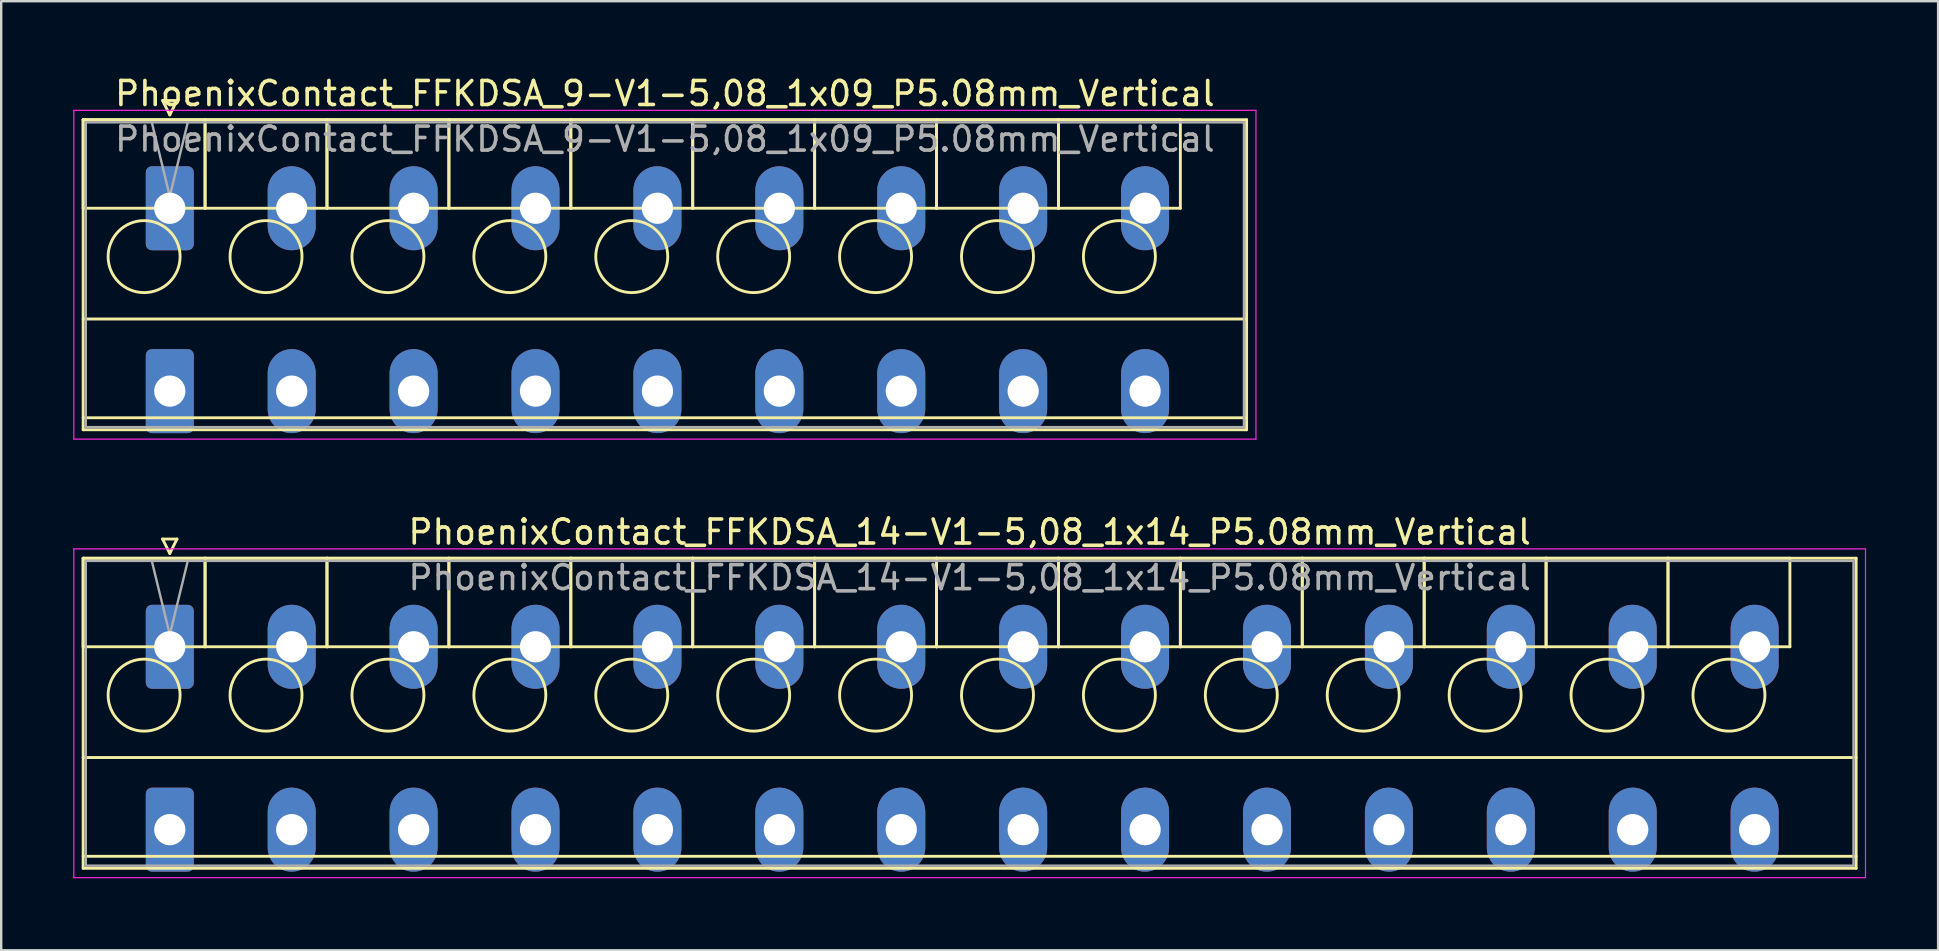
<source format=kicad_pcb>
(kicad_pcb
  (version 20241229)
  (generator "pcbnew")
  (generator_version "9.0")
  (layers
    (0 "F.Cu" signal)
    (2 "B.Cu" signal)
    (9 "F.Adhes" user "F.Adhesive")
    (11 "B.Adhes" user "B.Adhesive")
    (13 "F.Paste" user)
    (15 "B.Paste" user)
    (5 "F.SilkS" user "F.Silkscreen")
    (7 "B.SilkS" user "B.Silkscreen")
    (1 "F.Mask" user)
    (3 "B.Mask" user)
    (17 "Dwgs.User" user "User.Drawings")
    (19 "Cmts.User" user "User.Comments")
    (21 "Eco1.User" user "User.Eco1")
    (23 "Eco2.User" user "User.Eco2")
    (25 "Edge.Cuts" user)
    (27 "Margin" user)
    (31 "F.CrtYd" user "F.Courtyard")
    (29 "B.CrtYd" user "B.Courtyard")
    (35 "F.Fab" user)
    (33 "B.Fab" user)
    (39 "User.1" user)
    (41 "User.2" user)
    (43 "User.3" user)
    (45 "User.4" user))
  (footprint "PhoenixContact_FFKDSA_9-V1-5,08_1x09_P5.08mm_Vertical"
    (layer "F.Cu")
    (at 4.025 5.628)
    (property "Reference" "PhoenixContact_FFKDSA_9-V1-5,08_1x09_P5.08mm_Vertical" (at 20.63 -4.78 0) (layer "F.SilkS") (effects (font (size 1 1) (thickness 0.15))))
    (attr through_hole)
    (fp_line (start -3.61 -3.69) (end -3.61 0) (stroke (width 0.12) (type solid)) (layer "F.SilkS"))
    (fp_line (start -3.61 -3.69) (end -3.61 9.23) (stroke (width 0.12) (type solid)) (layer "F.SilkS"))
    (fp_line (start -3.61 0) (end 1.47 0) (stroke (width 0.12) (type solid)) (layer "F.SilkS"))
    (fp_line (start -3.61 4.615) (end 44.87 4.615) (stroke (width 0.12) (type solid)) (layer "F.SilkS"))
    (fp_line (start -3.61 8.73) (end 44.87 8.73) (stroke (width 0.12) (type solid)) (layer "F.SilkS"))
    (fp_line (start -3.61 9.23) (end 44.87 9.23) (stroke (width 0.12) (type solid)) (layer "F.SilkS"))
    (fp_line (start -0.3 -4.49) (end 0.3 -4.49) (stroke (width 0.12) (type solid)) (layer "F.SilkS"))
    (fp_line (start 0 -3.89) (end -0.3 -4.49) (stroke (width 0.12) (type solid)) (layer "F.SilkS"))
    (fp_line (start 0.3 -4.49) (end 0 -3.89) (stroke (width 0.12) (type solid)) (layer "F.SilkS"))
    (fp_line (start 1.47 -3.69) (end -3.61 -3.69) (stroke (width 0.12) (type solid)) (layer "F.SilkS"))
    (fp_line (start 1.47 -3.69) (end 1.47 0) (stroke (width 0.12) (type solid)) (layer "F.SilkS"))
    (fp_line (start 1.47 0) (end 1.47 -3.69) (stroke (width 0.12) (type solid)) (layer "F.SilkS"))
    (fp_line (start 1.47 0) (end 6.55 0) (stroke (width 0.12) (type solid)) (layer "F.SilkS"))
    (fp_line (start 6.55 -3.69) (end 1.47 -3.69) (stroke (width 0.12) (type solid)) (layer "F.SilkS"))
    (fp_line (start 6.55 -3.69) (end 6.55 0) (stroke (width 0.12) (type solid)) (layer "F.SilkS"))
    (fp_line (start 6.55 0) (end 6.55 -3.69) (stroke (width 0.12) (type solid)) (layer "F.SilkS"))
    (fp_line (start 6.55 0) (end 11.63 0) (stroke (width 0.12) (type solid)) (layer "F.SilkS"))
    (fp_line (start 11.63 -3.69) (end 6.55 -3.69) (stroke (width 0.12) (type solid)) (layer "F.SilkS"))
    (fp_line (start 11.63 -3.69) (end 11.63 0) (stroke (width 0.12) (type solid)) (layer "F.SilkS"))
    (fp_line (start 11.63 0) (end 11.63 -3.69) (stroke (width 0.12) (type solid)) (layer "F.SilkS"))
    (fp_line (start 11.63 0) (end 16.71 0) (stroke (width 0.12) (type solid)) (layer "F.SilkS"))
    (fp_line (start 16.71 -3.69) (end 11.63 -3.69) (stroke (width 0.12) (type solid)) (layer "F.SilkS"))
    (fp_line (start 16.71 -3.69) (end 16.71 0) (stroke (width 0.12) (type solid)) (layer "F.SilkS"))
    (fp_line (start 16.71 0) (end 16.71 -3.69) (stroke (width 0.12) (type solid)) (layer "F.SilkS"))
    (fp_line (start 16.71 0) (end 21.79 0) (stroke (width 0.12) (type solid)) (layer "F.SilkS"))
    (fp_line (start 21.79 -3.69) (end 16.71 -3.69) (stroke (width 0.12) (type solid)) (layer "F.SilkS"))
    (fp_line (start 21.79 -3.69) (end 21.79 0) (stroke (width 0.12) (type solid)) (layer "F.SilkS"))
    (fp_line (start 21.79 0) (end 21.79 -3.69) (stroke (width 0.12) (type solid)) (layer "F.SilkS"))
    (fp_line (start 21.79 0) (end 26.87 0) (stroke (width 0.12) (type solid)) (layer "F.SilkS"))
    (fp_line (start 26.87 -3.69) (end 21.79 -3.69) (stroke (width 0.12) (type solid)) (layer "F.SilkS"))
    (fp_line (start 26.87 -3.69) (end 26.87 0) (stroke (width 0.12) (type solid)) (layer "F.SilkS"))
    (fp_line (start 26.87 0) (end 26.87 -3.69) (stroke (width 0.12) (type solid)) (layer "F.SilkS"))
    (fp_line (start 26.87 0) (end 31.95 0) (stroke (width 0.12) (type solid)) (layer "F.SilkS"))
    (fp_line (start 31.95 -3.69) (end 26.87 -3.69) (stroke (width 0.12) (type solid)) (layer "F.SilkS"))
    (fp_line (start 31.95 -3.69) (end 31.95 0) (stroke (width 0.12) (type solid)) (layer "F.SilkS"))
    (fp_line (start 31.95 0) (end 31.95 -3.69) (stroke (width 0.12) (type solid)) (layer "F.SilkS"))
    (fp_line (start 31.95 0) (end 37.03 0) (stroke (width 0.12) (type solid)) (layer "F.SilkS"))
    (fp_line (start 37.03 -3.69) (end 31.95 -3.69) (stroke (width 0.12) (type solid)) (layer "F.SilkS"))
    (fp_line (start 37.03 -3.69) (end 37.03 0) (stroke (width 0.12) (type solid)) (layer "F.SilkS"))
    (fp_line (start 37.03 0) (end 37.03 -3.69) (stroke (width 0.12) (type solid)) (layer "F.SilkS"))
    (fp_line (start 37.03 0) (end 42.11 0) (stroke (width 0.12) (type solid)) (layer "F.SilkS"))
    (fp_line (start 42.11 -3.69) (end 37.03 -3.69) (stroke (width 0.12) (type solid)) (layer "F.SilkS"))
    (fp_line (start 42.11 0) (end 42.11 -3.69) (stroke (width 0.12) (type solid)) (layer "F.SilkS"))
    (fp_line (start 44.87 -3.69) (end -3.61 -3.69) (stroke (width 0.12) (type solid)) (layer "F.SilkS"))
    (fp_line (start 44.87 9.23) (end 44.87 -3.69) (stroke (width 0.12) (type solid)) (layer "F.SilkS"))
    (fp_circle (center -1.07 2.015) (end 0.43 2.015) (stroke (width 0.12) (type solid)) (fill no) (layer "F.SilkS"))
    (fp_circle (center 4.01 2.015) (end 5.51 2.015) (stroke (width 0.12) (type solid)) (fill no) (layer "F.SilkS"))
    (fp_circle (center 9.09 2.015) (end 10.59 2.015) (stroke (width 0.12) (type solid)) (fill no) (layer "F.SilkS"))
    (fp_circle (center 14.17 2.015) (end 15.67 2.015) (stroke (width 0.12) (type solid)) (fill no) (layer "F.SilkS"))
    (fp_circle (center 19.25 2.015) (end 20.75 2.015) (stroke (width 0.12) (type solid)) (fill no) (layer "F.SilkS"))
    (fp_circle (center 24.33 2.015) (end 25.83 2.015) (stroke (width 0.12) (type solid)) (fill no) (layer "F.SilkS"))
    (fp_circle (center 29.41 2.015) (end 30.91 2.015) (stroke (width 0.12) (type solid)) (fill no) (layer "F.SilkS"))
    (fp_circle (center 34.49 2.015) (end 35.99 2.015) (stroke (width 0.12) (type solid)) (fill no) (layer "F.SilkS"))
    (fp_circle (center 39.57 2.015) (end 41.07 2.015) (stroke (width 0.12) (type solid)) (fill no) (layer "F.SilkS"))
    (fp_line (start -4 -4.08) (end -4 9.62) (stroke (width 0.05) (type solid)) (layer "F.CrtYd"))
    (fp_line (start -4 9.62) (end 45.26 9.62) (stroke (width 0.05) (type solid)) (layer "F.CrtYd"))
    (fp_line (start 45.26 -4.08) (end -4 -4.08) (stroke (width 0.05) (type solid)) (layer "F.CrtYd"))
    (fp_line (start 45.26 9.62) (end 45.26 -4.08) (stroke (width 0.05) (type solid)) (layer "F.CrtYd"))
    (fp_line (start -3.5 -3.58) (end -3.5 9.12) (stroke (width 0.1) (type solid)) (layer "F.Fab"))
    (fp_line (start -3.5 9.12) (end 44.76 9.12) (stroke (width 0.1) (type solid)) (layer "F.Fab"))
    (fp_line (start 0 -0.5) (end -0.75 -3.58) (stroke (width 0.1) (type solid)) (layer "F.Fab"))
    (fp_line (start 0.75 -3.58) (end 0 -0.5) (stroke (width 0.1) (type solid)) (layer "F.Fab"))
    (fp_line (start 44.76 -3.58) (end -3.5 -3.58) (stroke (width 0.1) (type solid)) (layer "F.Fab"))
    (fp_line (start 44.76 9.12) (end 44.76 -3.58) (stroke (width 0.1) (type solid)) (layer "F.Fab"))
    (fp_text user "${REFERENCE}" (at 20.63 -2.88 0) (layer "F.Fab") (effects (font (size 1 1) (thickness 0.15))))
    (pad "1" thru_hole roundrect (at 0 0) (size 2 3.5) (drill 1.3) (layers "*.Cu" "*.Mask") (roundrect_rratio 0.125))
    (pad "1" thru_hole roundrect (at 0 7.62) (size 2 3.5) (drill 1.3) (layers "*.Cu" "*.Mask") (roundrect_rratio 0.125))
    (pad "2" thru_hole oval (at 5.08 0) (size 2 3.5) (drill 1.3) (layers "*.Cu" "*.Mask"))
    (pad "2" thru_hole oval (at 5.08 7.62) (size 2 3.5) (drill 1.3) (layers "*.Cu" "*.Mask"))
    (pad "3" thru_hole oval (at 10.16 0) (size 2 3.5) (drill 1.3) (layers "*.Cu" "*.Mask"))
    (pad "3" thru_hole oval (at 10.16 7.62) (size 2 3.5) (drill 1.3) (layers "*.Cu" "*.Mask"))
    (pad "4" thru_hole oval (at 15.24 0) (size 2 3.5) (drill 1.3) (layers "*.Cu" "*.Mask"))
    (pad "4" thru_hole oval (at 15.24 7.62) (size 2 3.5) (drill 1.3) (layers "*.Cu" "*.Mask"))
    (pad "5" thru_hole oval (at 20.32 0) (size 2 3.5) (drill 1.3) (layers "*.Cu" "*.Mask"))
    (pad "5" thru_hole oval (at 20.32 7.62) (size 2 3.5) (drill 1.3) (layers "*.Cu" "*.Mask"))
    (pad "6" thru_hole oval (at 25.4 0) (size 2 3.5) (drill 1.3) (layers "*.Cu" "*.Mask"))
    (pad "6" thru_hole oval (at 25.4 7.62) (size 2 3.5) (drill 1.3) (layers "*.Cu" "*.Mask"))
    (pad "7" thru_hole oval (at 30.48 0) (size 2 3.5) (drill 1.3) (layers "*.Cu" "*.Mask"))
    (pad "7" thru_hole oval (at 30.48 7.62) (size 2 3.5) (drill 1.3) (layers "*.Cu" "*.Mask"))
    (pad "8" thru_hole oval (at 35.56 0) (size 2 3.5) (drill 1.3) (layers "*.Cu" "*.Mask"))
    (pad "8" thru_hole oval (at 35.56 7.62) (size 2 3.5) (drill 1.3) (layers "*.Cu" "*.Mask"))
    (pad "9" thru_hole oval (at 40.64 0) (size 2 3.5) (drill 1.3) (layers "*.Cu" "*.Mask"))
    (pad "9" thru_hole oval (at 40.64 7.62) (size 2 3.5) (drill 1.3) (layers "*.Cu" "*.Mask")))
  (footprint "PhoenixContact_FFKDSA_14-V1-5,08_1x14_P5.08mm_Vertical"
    (layer "F.Cu")
    (at 4.025 23.901)
    (property "Reference" "PhoenixContact_FFKDSA_14-V1-5,08_1x14_P5.08mm_Vertical" (at 33.33 -4.78 0) (layer "F.SilkS") (effects (font (size 1 1) (thickness 0.15))))
    (attr through_hole)
    (fp_line (start -3.61 -3.69) (end -3.61 0) (stroke (width 0.12) (type solid)) (layer "F.SilkS"))
    (fp_line (start -3.61 -3.69) (end -3.61 9.23) (stroke (width 0.12) (type solid)) (layer "F.SilkS"))
    (fp_line (start -3.61 0) (end 1.47 0) (stroke (width 0.12) (type solid)) (layer "F.SilkS"))
    (fp_line (start -3.61 4.615) (end 70.27 4.615) (stroke (width 0.12) (type solid)) (layer "F.SilkS"))
    (fp_line (start -3.61 8.73) (end 70.27 8.73) (stroke (width 0.12) (type solid)) (layer "F.SilkS"))
    (fp_line (start -3.61 9.23) (end 70.27 9.23) (stroke (width 0.12) (type solid)) (layer "F.SilkS"))
    (fp_line (start -0.3 -4.49) (end 0.3 -4.49) (stroke (width 0.12) (type solid)) (layer "F.SilkS"))
    (fp_line (start 0 -3.89) (end -0.3 -4.49) (stroke (width 0.12) (type solid)) (layer "F.SilkS"))
    (fp_line (start 0.3 -4.49) (end 0 -3.89) (stroke (width 0.12) (type solid)) (layer "F.SilkS"))
    (fp_line (start 1.47 -3.69) (end -3.61 -3.69) (stroke (width 0.12) (type solid)) (layer "F.SilkS"))
    (fp_line (start 1.47 -3.69) (end 1.47 0) (stroke (width 0.12) (type solid)) (layer "F.SilkS"))
    (fp_line (start 1.47 0) (end 1.47 -3.69) (stroke (width 0.12) (type solid)) (layer "F.SilkS"))
    (fp_line (start 1.47 0) (end 6.55 0) (stroke (width 0.12) (type solid)) (layer "F.SilkS"))
    (fp_line (start 6.55 -3.69) (end 1.47 -3.69) (stroke (width 0.12) (type solid)) (layer "F.SilkS"))
    (fp_line (start 6.55 -3.69) (end 6.55 0) (stroke (width 0.12) (type solid)) (layer "F.SilkS"))
    (fp_line (start 6.55 0) (end 6.55 -3.69) (stroke (width 0.12) (type solid)) (layer "F.SilkS"))
    (fp_line (start 6.55 0) (end 11.63 0) (stroke (width 0.12) (type solid)) (layer "F.SilkS"))
    (fp_line (start 11.63 -3.69) (end 6.55 -3.69) (stroke (width 0.12) (type solid)) (layer "F.SilkS"))
    (fp_line (start 11.63 -3.69) (end 11.63 0) (stroke (width 0.12) (type solid)) (layer "F.SilkS"))
    (fp_line (start 11.63 0) (end 11.63 -3.69) (stroke (width 0.12) (type solid)) (layer "F.SilkS"))
    (fp_line (start 11.63 0) (end 16.71 0) (stroke (width 0.12) (type solid)) (layer "F.SilkS"))
    (fp_line (start 16.71 -3.69) (end 11.63 -3.69) (stroke (width 0.12) (type solid)) (layer "F.SilkS"))
    (fp_line (start 16.71 -3.69) (end 16.71 0) (stroke (width 0.12) (type solid)) (layer "F.SilkS"))
    (fp_line (start 16.71 0) (end 16.71 -3.69) (stroke (width 0.12) (type solid)) (layer "F.SilkS"))
    (fp_line (start 16.71 0) (end 21.79 0) (stroke (width 0.12) (type solid)) (layer "F.SilkS"))
    (fp_line (start 21.79 -3.69) (end 16.71 -3.69) (stroke (width 0.12) (type solid)) (layer "F.SilkS"))
    (fp_line (start 21.79 -3.69) (end 21.79 0) (stroke (width 0.12) (type solid)) (layer "F.SilkS"))
    (fp_line (start 21.79 0) (end 21.79 -3.69) (stroke (width 0.12) (type solid)) (layer "F.SilkS"))
    (fp_line (start 21.79 0) (end 26.87 0) (stroke (width 0.12) (type solid)) (layer "F.SilkS"))
    (fp_line (start 26.87 -3.69) (end 21.79 -3.69) (stroke (width 0.12) (type solid)) (layer "F.SilkS"))
    (fp_line (start 26.87 -3.69) (end 26.87 0) (stroke (width 0.12) (type solid)) (layer "F.SilkS"))
    (fp_line (start 26.87 0) (end 26.87 -3.69) (stroke (width 0.12) (type solid)) (layer "F.SilkS"))
    (fp_line (start 26.87 0) (end 31.95 0) (stroke (width 0.12) (type solid)) (layer "F.SilkS"))
    (fp_line (start 31.95 -3.69) (end 26.87 -3.69) (stroke (width 0.12) (type solid)) (layer "F.SilkS"))
    (fp_line (start 31.95 -3.69) (end 31.95 0) (stroke (width 0.12) (type solid)) (layer "F.SilkS"))
    (fp_line (start 31.95 0) (end 31.95 -3.69) (stroke (width 0.12) (type solid)) (layer "F.SilkS"))
    (fp_line (start 31.95 0) (end 37.03 0) (stroke (width 0.12) (type solid)) (layer "F.SilkS"))
    (fp_line (start 37.03 -3.69) (end 31.95 -3.69) (stroke (width 0.12) (type solid)) (layer "F.SilkS"))
    (fp_line (start 37.03 -3.69) (end 37.03 0) (stroke (width 0.12) (type solid)) (layer "F.SilkS"))
    (fp_line (start 37.03 0) (end 37.03 -3.69) (stroke (width 0.12) (type solid)) (layer "F.SilkS"))
    (fp_line (start 37.03 0) (end 42.11 0) (stroke (width 0.12) (type solid)) (layer "F.SilkS"))
    (fp_line (start 42.11 -3.69) (end 37.03 -3.69) (stroke (width 0.12) (type solid)) (layer "F.SilkS"))
    (fp_line (start 42.11 -3.69) (end 42.11 0) (stroke (width 0.12) (type solid)) (layer "F.SilkS"))
    (fp_line (start 42.11 0) (end 42.11 -3.69) (stroke (width 0.12) (type solid)) (layer "F.SilkS"))
    (fp_line (start 42.11 0) (end 47.19 0) (stroke (width 0.12) (type solid)) (layer "F.SilkS"))
    (fp_line (start 47.19 -3.69) (end 42.11 -3.69) (stroke (width 0.12) (type solid)) (layer "F.SilkS"))
    (fp_line (start 47.19 -3.69) (end 47.19 0) (stroke (width 0.12) (type solid)) (layer "F.SilkS"))
    (fp_line (start 47.19 0) (end 47.19 -3.69) (stroke (width 0.12) (type solid)) (layer "F.SilkS"))
    (fp_line (start 47.19 0) (end 52.27 0) (stroke (width 0.12) (type solid)) (layer "F.SilkS"))
    (fp_line (start 52.27 -3.69) (end 47.19 -3.69) (stroke (width 0.12) (type solid)) (layer "F.SilkS"))
    (fp_line (start 52.27 -3.69) (end 52.27 0) (stroke (width 0.12) (type solid)) (layer "F.SilkS"))
    (fp_line (start 52.27 0) (end 52.27 -3.69) (stroke (width 0.12) (type solid)) (layer "F.SilkS"))
    (fp_line (start 52.27 0) (end 57.35 0) (stroke (width 0.12) (type solid)) (layer "F.SilkS"))
    (fp_line (start 57.35 -3.69) (end 52.27 -3.69) (stroke (width 0.12) (type solid)) (layer "F.SilkS"))
    (fp_line (start 57.35 -3.69) (end 57.35 0) (stroke (width 0.12) (type solid)) (layer "F.SilkS"))
    (fp_line (start 57.35 0) (end 57.35 -3.69) (stroke (width 0.12) (type solid)) (layer "F.SilkS"))
    (fp_line (start 57.35 0) (end 62.43 0) (stroke (width 0.12) (type solid)) (layer "F.SilkS"))
    (fp_line (start 62.43 -3.69) (end 57.35 -3.69) (stroke (width 0.12) (type solid)) (layer "F.SilkS"))
    (fp_line (start 62.43 -3.69) (end 62.43 0) (stroke (width 0.12) (type solid)) (layer "F.SilkS"))
    (fp_line (start 62.43 0) (end 62.43 -3.69) (stroke (width 0.12) (type solid)) (layer "F.SilkS"))
    (fp_line (start 62.43 0) (end 67.51 0) (stroke (width 0.12) (type solid)) (layer "F.SilkS"))
    (fp_line (start 67.51 -3.69) (end 62.43 -3.69) (stroke (width 0.12) (type solid)) (layer "F.SilkS"))
    (fp_line (start 67.51 0) (end 67.51 -3.69) (stroke (width 0.12) (type solid)) (layer "F.SilkS"))
    (fp_line (start 70.27 -3.69) (end -3.61 -3.69) (stroke (width 0.12) (type solid)) (layer "F.SilkS"))
    (fp_line (start 70.27 9.23) (end 70.27 -3.69) (stroke (width 0.12) (type solid)) (layer "F.SilkS"))
    (fp_circle (center -1.07 2.015) (end 0.43 2.015) (stroke (width 0.12) (type solid)) (fill no) (layer "F.SilkS"))
    (fp_circle (center 4.01 2.015) (end 5.51 2.015) (stroke (width 0.12) (type solid)) (fill no) (layer "F.SilkS"))
    (fp_circle (center 9.09 2.015) (end 10.59 2.015) (stroke (width 0.12) (type solid)) (fill no) (layer "F.SilkS"))
    (fp_circle (center 14.17 2.015) (end 15.67 2.015) (stroke (width 0.12) (type solid)) (fill no) (layer "F.SilkS"))
    (fp_circle (center 19.25 2.015) (end 20.75 2.015) (stroke (width 0.12) (type solid)) (fill no) (layer "F.SilkS"))
    (fp_circle (center 24.33 2.015) (end 25.83 2.015) (stroke (width 0.12) (type solid)) (fill no) (layer "F.SilkS"))
    (fp_circle (center 29.41 2.015) (end 30.91 2.015) (stroke (width 0.12) (type solid)) (fill no) (layer "F.SilkS"))
    (fp_circle (center 34.49 2.015) (end 35.99 2.015) (stroke (width 0.12) (type solid)) (fill no) (layer "F.SilkS"))
    (fp_circle (center 39.57 2.015) (end 41.07 2.015) (stroke (width 0.12) (type solid)) (fill no) (layer "F.SilkS"))
    (fp_circle (center 44.65 2.015) (end 46.15 2.015) (stroke (width 0.12) (type solid)) (fill no) (layer "F.SilkS"))
    (fp_circle (center 49.73 2.015) (end 51.23 2.015) (stroke (width 0.12) (type solid)) (fill no) (layer "F.SilkS"))
    (fp_circle (center 54.81 2.015) (end 56.31 2.015) (stroke (width 0.12) (type solid)) (fill no) (layer "F.SilkS"))
    (fp_circle (center 59.89 2.015) (end 61.39 2.015) (stroke (width 0.12) (type solid)) (fill no) (layer "F.SilkS"))
    (fp_circle (center 64.97 2.015) (end 66.47 2.015) (stroke (width 0.12) (type solid)) (fill no) (layer "F.SilkS"))
    (fp_line (start -4 -4.08) (end -4 9.62) (stroke (width 0.05) (type solid)) (layer "F.CrtYd"))
    (fp_line (start -4 9.62) (end 70.66 9.62) (stroke (width 0.05) (type solid)) (layer "F.CrtYd"))
    (fp_line (start 70.66 -4.08) (end -4 -4.08) (stroke (width 0.05) (type solid)) (layer "F.CrtYd"))
    (fp_line (start 70.66 9.62) (end 70.66 -4.08) (stroke (width 0.05) (type solid)) (layer "F.CrtYd"))
    (fp_line (start -3.5 -3.58) (end -3.5 9.12) (stroke (width 0.1) (type solid)) (layer "F.Fab"))
    (fp_line (start -3.5 9.12) (end 70.16 9.12) (stroke (width 0.1) (type solid)) (layer "F.Fab"))
    (fp_line (start 0 -0.5) (end -0.75 -3.58) (stroke (width 0.1) (type solid)) (layer "F.Fab"))
    (fp_line (start 0.75 -3.58) (end 0 -0.5) (stroke (width 0.1) (type solid)) (layer "F.Fab"))
    (fp_line (start 70.16 -3.58) (end -3.5 -3.58) (stroke (width 0.1) (type solid)) (layer "F.Fab"))
    (fp_line (start 70.16 9.12) (end 70.16 -3.58) (stroke (width 0.1) (type solid)) (layer "F.Fab"))
    (fp_text user "${REFERENCE}" (at 33.33 -2.88 0) (layer "F.Fab") (effects (font (size 1 1) (thickness 0.15))))
    (pad "1" thru_hole roundrect (at 0 0) (size 2 3.5) (drill 1.3) (layers "*.Cu" "*.Mask") (roundrect_rratio 0.125))
    (pad "1" thru_hole roundrect (at 0 7.62) (size 2 3.5) (drill 1.3) (layers "*.Cu" "*.Mask") (roundrect_rratio 0.125))
    (pad "2" thru_hole oval (at 5.08 0) (size 2 3.5) (drill 1.3) (layers "*.Cu" "*.Mask"))
    (pad "2" thru_hole oval (at 5.08 7.62) (size 2 3.5) (drill 1.3) (layers "*.Cu" "*.Mask"))
    (pad "3" thru_hole oval (at 10.16 0) (size 2 3.5) (drill 1.3) (layers "*.Cu" "*.Mask"))
    (pad "3" thru_hole oval (at 10.16 7.62) (size 2 3.5) (drill 1.3) (layers "*.Cu" "*.Mask"))
    (pad "4" thru_hole oval (at 15.24 0) (size 2 3.5) (drill 1.3) (layers "*.Cu" "*.Mask"))
    (pad "4" thru_hole oval (at 15.24 7.62) (size 2 3.5) (drill 1.3) (layers "*.Cu" "*.Mask"))
    (pad "5" thru_hole oval (at 20.32 0) (size 2 3.5) (drill 1.3) (layers "*.Cu" "*.Mask"))
    (pad "5" thru_hole oval (at 20.32 7.62) (size 2 3.5) (drill 1.3) (layers "*.Cu" "*.Mask"))
    (pad "6" thru_hole oval (at 25.4 0) (size 2 3.5) (drill 1.3) (layers "*.Cu" "*.Mask"))
    (pad "6" thru_hole oval (at 25.4 7.62) (size 2 3.5) (drill 1.3) (layers "*.Cu" "*.Mask"))
    (pad "7" thru_hole oval (at 30.48 0) (size 2 3.5) (drill 1.3) (layers "*.Cu" "*.Mask"))
    (pad "7" thru_hole oval (at 30.48 7.62) (size 2 3.5) (drill 1.3) (layers "*.Cu" "*.Mask"))
    (pad "8" thru_hole oval (at 35.56 0) (size 2 3.5) (drill 1.3) (layers "*.Cu" "*.Mask"))
    (pad "8" thru_hole oval (at 35.56 7.62) (size 2 3.5) (drill 1.3) (layers "*.Cu" "*.Mask"))
    (pad "9" thru_hole oval (at 40.64 0) (size 2 3.5) (drill 1.3) (layers "*.Cu" "*.Mask"))
    (pad "9" thru_hole oval (at 40.64 7.62) (size 2 3.5) (drill 1.3) (layers "*.Cu" "*.Mask"))
    (pad "10" thru_hole oval (at 45.72 0) (size 2 3.5) (drill 1.3) (layers "*.Cu" "*.Mask"))
    (pad "10" thru_hole oval (at 45.72 7.62) (size 2 3.5) (drill 1.3) (layers "*.Cu" "*.Mask"))
    (pad "11" thru_hole oval (at 50.8 0) (size 2 3.5) (drill 1.3) (layers "*.Cu" "*.Mask"))
    (pad "11" thru_hole oval (at 50.8 7.62) (size 2 3.5) (drill 1.3) (layers "*.Cu" "*.Mask"))
    (pad "12" thru_hole oval (at 55.88 0) (size 2 3.5) (drill 1.3) (layers "*.Cu" "*.Mask"))
    (pad "12" thru_hole oval (at 55.88 7.62) (size 2 3.5) (drill 1.3) (layers "*.Cu" "*.Mask"))
    (pad "13" thru_hole oval (at 60.96 0) (size 2 3.5) (drill 1.3) (layers "*.Cu" "*.Mask"))
    (pad "13" thru_hole oval (at 60.96 7.62) (size 2 3.5) (drill 1.3) (layers "*.Cu" "*.Mask"))
    (pad "14" thru_hole oval (at 66.04 0) (size 2 3.5) (drill 1.3) (layers "*.Cu" "*.Mask"))
    (pad "14" thru_hole oval (at 66.04 7.62) (size 2 3.5) (drill 1.3) (layers "*.Cu" "*.Mask")))
  (gr_rect
    (start -3 -3)
    (end 77.71 36.547)
    (stroke (width 0.1) (type default))
    (fill no)
    (layer "Edge.Cuts")))
</source>
